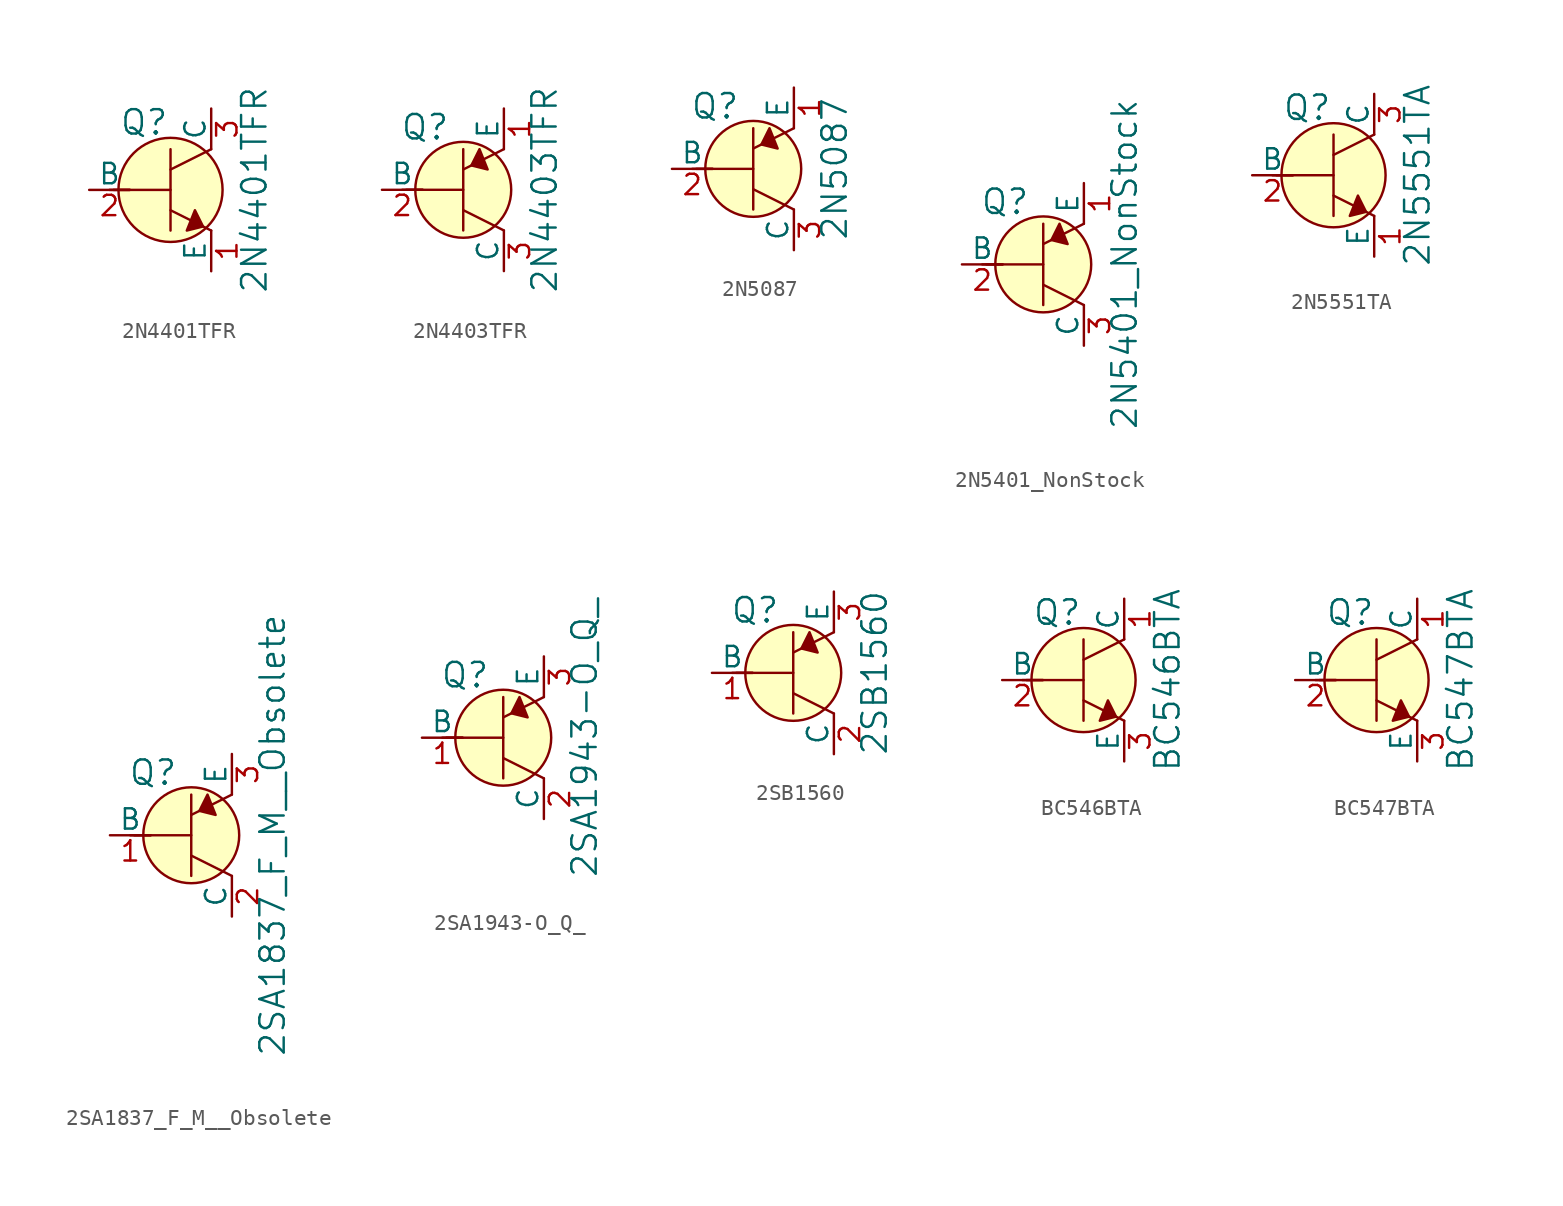
<source format=kicad_sym>
(kicad_symbol_lib
  (version 20211014)
  (generator kicad_symbol_editor)
  (symbol "2N4401TFR"
    (pin_names
      (offset 0))
    (property "Reference" "Q"
      (at -3.2 4.216 0)
      (effects (font (size 1.524 1.524)) (justify left)))
    (property "Value" "2N4401TFR"
      (at 5.232 0 90)
      (effects (font (size 1.524 1.524))))
    (symbol "2N4401TFR_0_1"
      (polyline (pts (xy -3.81 0) (xy -2.54 0)) (stroke (width 0) (type default) (color 0 0 0 0)) (fill (type none)))
      (polyline (pts (xy -3.556 0) (xy 0 0)) (stroke (width 0) (type default) (color 0 0 0 0)) (fill (type none)))
      (polyline (pts (xy 0 -1.27) (xy 2.54 -2.54)) (stroke (width 0) (type default) (color 0 0 0 0)) (fill (type none)))
      (polyline (pts (xy 0 1.27) (xy 2.54 2.54)) (stroke (width 0) (type default) (color 0 0 0 0)) (fill (type none)))
      (polyline (pts (xy 0 2.54) (xy 0 -2.54)) (stroke (width 0) (type default) (color 0 0 0 0)) (fill (type none)))
      (polyline (pts (xy 1.524 -1.27) (xy 2.032 -2.286) (xy 1.016 -2.54) (xy 1.524 -1.27)) (stroke (width 0) (type default) (color 0 0 0 0)) (fill (type outline)))
      (circle (center 0 0) (radius 3.251) (stroke (width 0) (type default) (color 0 0 0 0)) (fill (type background))))
    (symbol "2N4401TFR_1_1"
      (pin passive line (at 2.54 -5.08 90) (length 2.54) (name "E" (effects (font (size 1.27 1.27)))) (number "1" (effects (font (size 1.27 1.27)))))
      (pin input line (at -5.08 0 0) (length 2.54) (name "B" (effects (font (size 1.27 1.27)))) (number "2" (effects (font (size 1.27 1.27)))))
      (pin passive line (at 2.54 5.08 270) (length 2.54) (name "C" (effects (font (size 1.27 1.27)))) (number "3" (effects (font (size 1.27 1.27)))))))
  (symbol "2N4403TFR"
    (pin_names
      (offset 0))
    (property "Reference" "Q"
      (at -2.388 3.912 0)
      (effects (font (size 1.524 1.524))))
    (property "Value" "2N4403TFR"
      (at 5.08 0 90)
      (effects (font (size 1.524 1.524))))
    (symbol "2N4403TFR_0_1"
      (polyline (pts (xy -3.81 0) (xy -2.54 0)) (stroke (width 0) (type default) (color 0 0 0 0)) (fill (type none)))
      (polyline (pts (xy -3.556 0) (xy 0 0)) (stroke (width 0) (type default) (color 0 0 0 0)) (fill (type none)))
      (polyline (pts (xy 0 -1.27) (xy 2.54 -2.54)) (stroke (width 0) (type default) (color 0 0 0 0)) (fill (type none)))
      (polyline (pts (xy 0 1.27) (xy 2.54 2.54)) (stroke (width 0) (type default) (color 0 0 0 0)) (fill (type none)))
      (polyline (pts (xy 0 2.54) (xy 0 -2.54)) (stroke (width 0) (type default) (color 0 0 0 0)) (fill (type none)))
      (polyline (pts (xy 1.016 2.54) (xy 0.508 1.524) (xy 1.524 1.27) (xy 1.016 2.54)) (stroke (width 0) (type default) (color 0 0 0 0)) (fill (type outline)))
      (circle (center 0 0) (radius 2.997) (stroke (width 0) (type default) (color 0 0 0 0)) (fill (type background))))
    (symbol "2N4403TFR_1_1"
      (pin passive line (at 2.54 5.08 270) (length 2.54) (name "E" (effects (font (size 1.27 1.27)))) (number "1" (effects (font (size 1.27 1.27)))))
      (pin input line (at -5.08 0 0) (length 2.54) (name "B" (effects (font (size 1.27 1.27)))) (number "2" (effects (font (size 1.27 1.27)))))
      (pin passive line (at 2.54 -5.08 90) (length 2.54) (name "C" (effects (font (size 1.27 1.27)))) (number "3" (effects (font (size 1.27 1.27)))))))
  (symbol "2N5087"
    (pin_names
      (offset 0))
    (property "Reference" "Q"
      (at -2.388 3.912 0)
      (effects (font (size 1.524 1.524))))
    (property "Value" "2N5087"
      (at 5.08 0 90)
      (effects (font (size 1.524 1.524))))
    (symbol "2N5087_0_1"
      (polyline (pts (xy -3.81 0) (xy -2.54 0)) (stroke (width 0) (type default) (color 0 0 0 0)) (fill (type none)))
      (polyline (pts (xy -3.556 0) (xy 0 0)) (stroke (width 0) (type default) (color 0 0 0 0)) (fill (type none)))
      (polyline (pts (xy 0 -1.27) (xy 2.54 -2.54)) (stroke (width 0) (type default) (color 0 0 0 0)) (fill (type none)))
      (polyline (pts (xy 0 1.27) (xy 2.54 2.54)) (stroke (width 0) (type default) (color 0 0 0 0)) (fill (type none)))
      (polyline (pts (xy 0 2.54) (xy 0 -2.54)) (stroke (width 0) (type default) (color 0 0 0 0)) (fill (type none)))
      (polyline (pts (xy 1.016 2.54) (xy 0.508 1.524) (xy 1.524 1.27) (xy 1.016 2.54)) (stroke (width 0) (type default) (color 0 0 0 0)) (fill (type outline)))
      (circle (center 0 0) (radius 2.997) (stroke (width 0) (type default) (color 0 0 0 0)) (fill (type background))))
    (symbol "2N5087_1_1"
      (pin passive line (at 2.54 5.08 270) (length 2.54) (name "E" (effects (font (size 1.27 1.27)))) (number "1" (effects (font (size 1.27 1.27)))))
      (pin input line (at -5.08 0 0) (length 2.54) (name "B" (effects (font (size 1.27 1.27)))) (number "2" (effects (font (size 1.27 1.27)))))
      (pin passive line (at 2.54 -5.08 90) (length 2.54) (name "C" (effects (font (size 1.27 1.27)))) (number "3" (effects (font (size 1.27 1.27)))))))
  (symbol "2N5401_NonStock"
    (pin_names
      (offset 0))
    (property "Reference" "Q"
      (at -2.388 3.912 0)
      (effects (font (size 1.524 1.524))))
    (property "Value" "2N5401_NonStock"
      (at 5.08 0 90)
      (effects (font (size 1.524 1.524))))
    (symbol "2N5401_NonStock_0_1"
      (polyline (pts (xy -3.81 0) (xy -2.54 0)) (stroke (width 0) (type default) (color 0 0 0 0)) (fill (type none)))
      (polyline (pts (xy -3.556 0) (xy 0 0)) (stroke (width 0) (type default) (color 0 0 0 0)) (fill (type none)))
      (polyline (pts (xy 0 -1.27) (xy 2.54 -2.54)) (stroke (width 0) (type default) (color 0 0 0 0)) (fill (type none)))
      (polyline (pts (xy 0 1.27) (xy 2.54 2.54)) (stroke (width 0) (type default) (color 0 0 0 0)) (fill (type none)))
      (polyline (pts (xy 0 2.54) (xy 0 -2.54)) (stroke (width 0) (type default) (color 0 0 0 0)) (fill (type none)))
      (polyline (pts (xy 1.016 2.54) (xy 0.508 1.524) (xy 1.524 1.27) (xy 1.016 2.54)) (stroke (width 0) (type default) (color 0 0 0 0)) (fill (type outline)))
      (circle (center 0 0) (radius 2.997) (stroke (width 0) (type default) (color 0 0 0 0)) (fill (type background))))
    (symbol "2N5401_NonStock_1_1"
      (pin passive line (at 2.54 5.08 270) (length 2.54) (name "E" (effects (font (size 1.27 1.27)))) (number "1" (effects (font (size 1.27 1.27)))))
      (pin input line (at -5.08 0 0) (length 2.54) (name "B" (effects (font (size 1.27 1.27)))) (number "2" (effects (font (size 1.27 1.27)))))
      (pin passive line (at 2.54 -5.08 90) (length 2.54) (name "C" (effects (font (size 1.27 1.27)))) (number "3" (effects (font (size 1.27 1.27)))))))
  (symbol "2N5551TA"
    (pin_names
      (offset 0))
    (property "Reference" "Q"
      (at -3.2 4.216 0)
      (effects (font (size 1.524 1.524)) (justify left)))
    (property "Value" "2N5551TA"
      (at 5.232 0 90)
      (effects (font (size 1.524 1.524))))
    (symbol "2N5551TA_0_1"
      (polyline (pts (xy -3.81 0) (xy -2.54 0)) (stroke (width 0) (type default) (color 0 0 0 0)) (fill (type none)))
      (polyline (pts (xy -3.556 0) (xy 0 0)) (stroke (width 0) (type default) (color 0 0 0 0)) (fill (type none)))
      (polyline (pts (xy 0 -1.27) (xy 2.54 -2.54)) (stroke (width 0) (type default) (color 0 0 0 0)) (fill (type none)))
      (polyline (pts (xy 0 1.27) (xy 2.54 2.54)) (stroke (width 0) (type default) (color 0 0 0 0)) (fill (type none)))
      (polyline (pts (xy 0 2.54) (xy 0 -2.54)) (stroke (width 0) (type default) (color 0 0 0 0)) (fill (type none)))
      (polyline (pts (xy 1.524 -1.27) (xy 2.032 -2.286) (xy 1.016 -2.54) (xy 1.524 -1.27)) (stroke (width 0) (type default) (color 0 0 0 0)) (fill (type outline)))
      (circle (center 0 0) (radius 3.251) (stroke (width 0) (type default) (color 0 0 0 0)) (fill (type background))))
    (symbol "2N5551TA_1_1"
      (pin passive line (at 2.54 -5.08 90) (length 2.54) (name "E" (effects (font (size 1.27 1.27)))) (number "1" (effects (font (size 1.27 1.27)))))
      (pin input line (at -5.08 0 0) (length 2.54) (name "B" (effects (font (size 1.27 1.27)))) (number "2" (effects (font (size 1.27 1.27)))))
      (pin passive line (at 2.54 5.08 270) (length 2.54) (name "C" (effects (font (size 1.27 1.27)))) (number "3" (effects (font (size 1.27 1.27)))))))
  (symbol "2SA1837_F_M__Obsolete"
    (pin_names
      (offset 0))
    (property "Reference" "Q"
      (at -2.388 3.912 0)
      (effects (font (size 1.524 1.524))))
    (property "Value" "2SA1837_F_M__Obsolete"
      (at 5.08 0 90)
      (effects (font (size 1.524 1.524))))
    (symbol "2SA1837_F_M__Obsolete_0_1"
      (polyline (pts (xy -3.81 0) (xy -2.54 0)) (stroke (width 0) (type default) (color 0 0 0 0)) (fill (type none)))
      (polyline (pts (xy -3.556 0) (xy 0 0)) (stroke (width 0) (type default) (color 0 0 0 0)) (fill (type none)))
      (polyline (pts (xy 0 -1.27) (xy 2.54 -2.54)) (stroke (width 0) (type default) (color 0 0 0 0)) (fill (type none)))
      (polyline (pts (xy 0 1.27) (xy 2.54 2.54)) (stroke (width 0) (type default) (color 0 0 0 0)) (fill (type none)))
      (polyline (pts (xy 0 2.54) (xy 0 -2.54)) (stroke (width 0) (type default) (color 0 0 0 0)) (fill (type none)))
      (polyline (pts (xy 1.016 2.54) (xy 0.508 1.524) (xy 1.524 1.27) (xy 1.016 2.54)) (stroke (width 0) (type default) (color 0 0 0 0)) (fill (type outline)))
      (circle (center 0 0) (radius 2.997) (stroke (width 0) (type default) (color 0 0 0 0)) (fill (type background))))
    (symbol "2SA1837_F_M__Obsolete_1_1"
      (pin input line (at -5.08 0 0) (length 2.54) (name "B" (effects (font (size 1.27 1.27)))) (number "1" (effects (font (size 1.27 1.27)))))
      (pin passive line (at 2.54 -5.08 90) (length 2.54) (name "C" (effects (font (size 1.27 1.27)))) (number "2" (effects (font (size 1.27 1.27)))))
      (pin passive line (at 2.54 5.08 270) (length 2.54) (name "E" (effects (font (size 1.27 1.27)))) (number "3" (effects (font (size 1.27 1.27)))))))
  (symbol "2SA1943-O_Q_"
    (pin_names
      (offset 0))
    (property "Reference" "Q"
      (at -2.388 3.912 0)
      (effects (font (size 1.524 1.524))))
    (property "Value" "2SA1943-O_Q_"
      (at 5.08 0 90)
      (effects (font (size 1.524 1.524))))
    (symbol "2SA1943-O_Q__0_1"
      (polyline (pts (xy -3.81 0) (xy -2.54 0)) (stroke (width 0) (type default) (color 0 0 0 0)) (fill (type none)))
      (polyline (pts (xy -3.556 0) (xy 0 0)) (stroke (width 0) (type default) (color 0 0 0 0)) (fill (type none)))
      (polyline (pts (xy 0 -1.27) (xy 2.54 -2.54)) (stroke (width 0) (type default) (color 0 0 0 0)) (fill (type none)))
      (polyline (pts (xy 0 1.27) (xy 2.54 2.54)) (stroke (width 0) (type default) (color 0 0 0 0)) (fill (type none)))
      (polyline (pts (xy 0 2.54) (xy 0 -2.54)) (stroke (width 0) (type default) (color 0 0 0 0)) (fill (type none)))
      (polyline (pts (xy 1.016 2.54) (xy 0.508 1.524) (xy 1.524 1.27) (xy 1.016 2.54)) (stroke (width 0) (type default) (color 0 0 0 0)) (fill (type outline)))
      (circle (center 0 0) (radius 2.997) (stroke (width 0) (type default) (color 0 0 0 0)) (fill (type background))))
    (symbol "2SA1943-O_Q__1_1"
      (pin input line (at -5.08 0 0) (length 2.54) (name "B" (effects (font (size 1.27 1.27)))) (number "1" (effects (font (size 1.27 1.27)))))
      (pin passive line (at 2.54 -5.08 90) (length 2.54) (name "C" (effects (font (size 1.27 1.27)))) (number "2" (effects (font (size 1.27 1.27)))))
      (pin passive line (at 2.54 5.08 270) (length 2.54) (name "E" (effects (font (size 1.27 1.27)))) (number "3" (effects (font (size 1.27 1.27)))))))
  (symbol "2SB1560"
    (pin_names
      (offset 0))
    (property "Reference" "Q"
      (at -2.388 3.912 0)
      (effects (font (size 1.524 1.524))))
    (property "Value" "2SB1560"
      (at 5.08 0 90)
      (effects (font (size 1.524 1.524))))
    (symbol "2SB1560_0_1"
      (polyline (pts (xy -3.81 0) (xy -2.54 0)) (stroke (width 0) (type default) (color 0 0 0 0)) (fill (type none)))
      (polyline (pts (xy -3.556 0) (xy 0 0)) (stroke (width 0) (type default) (color 0 0 0 0)) (fill (type none)))
      (polyline (pts (xy 0 -1.27) (xy 2.54 -2.54)) (stroke (width 0) (type default) (color 0 0 0 0)) (fill (type none)))
      (polyline (pts (xy 0 1.27) (xy 2.54 2.54)) (stroke (width 0) (type default) (color 0 0 0 0)) (fill (type none)))
      (polyline (pts (xy 0 2.54) (xy 0 -2.54)) (stroke (width 0) (type default) (color 0 0 0 0)) (fill (type none)))
      (polyline (pts (xy 1.016 2.54) (xy 0.508 1.524) (xy 1.524 1.27) (xy 1.016 2.54)) (stroke (width 0) (type default) (color 0 0 0 0)) (fill (type outline)))
      (circle (center 0 0) (radius 2.997) (stroke (width 0) (type default) (color 0 0 0 0)) (fill (type background))))
    (symbol "2SB1560_1_1"
      (pin input line (at -5.08 0 0) (length 2.54) (name "B" (effects (font (size 1.27 1.27)))) (number "1" (effects (font (size 1.27 1.27)))))
      (pin passive line (at 2.54 -5.08 90) (length 2.54) (name "C" (effects (font (size 1.27 1.27)))) (number "2" (effects (font (size 1.27 1.27)))))
      (pin passive line (at 2.54 5.08 270) (length 2.54) (name "E" (effects (font (size 1.27 1.27)))) (number "3" (effects (font (size 1.27 1.27)))))))
  (symbol "BC546BTA"
    (pin_names
      (offset 0))
    (property "Reference" "Q"
      (at -3.2 4.216 0)
      (effects (font (size 1.524 1.524)) (justify left)))
    (property "Value" "BC546BTA"
      (at 5.232 0 90)
      (effects (font (size 1.524 1.524))))
    (symbol "BC546BTA_0_1"
      (polyline (pts (xy -3.81 0) (xy -2.54 0)) (stroke (width 0) (type default) (color 0 0 0 0)) (fill (type none)))
      (polyline (pts (xy -3.556 0) (xy 0 0)) (stroke (width 0) (type default) (color 0 0 0 0)) (fill (type none)))
      (polyline (pts (xy 0 -1.27) (xy 2.54 -2.54)) (stroke (width 0) (type default) (color 0 0 0 0)) (fill (type none)))
      (polyline (pts (xy 0 1.27) (xy 2.54 2.54)) (stroke (width 0) (type default) (color 0 0 0 0)) (fill (type none)))
      (polyline (pts (xy 0 2.54) (xy 0 -2.54)) (stroke (width 0) (type default) (color 0 0 0 0)) (fill (type none)))
      (polyline (pts (xy 1.524 -1.27) (xy 2.032 -2.286) (xy 1.016 -2.54) (xy 1.524 -1.27)) (stroke (width 0) (type default) (color 0 0 0 0)) (fill (type outline)))
      (circle (center 0 0) (radius 3.251) (stroke (width 0) (type default) (color 0 0 0 0)) (fill (type background))))
    (symbol "BC546BTA_1_1"
      (pin passive line (at 2.54 5.08 270) (length 2.54) (name "C" (effects (font (size 1.27 1.27)))) (number "1" (effects (font (size 1.27 1.27)))))
      (pin input line (at -5.08 0 0) (length 2.54) (name "B" (effects (font (size 1.27 1.27)))) (number "2" (effects (font (size 1.27 1.27)))))
      (pin passive line (at 2.54 -5.08 90) (length 2.54) (name "E" (effects (font (size 1.27 1.27)))) (number "3" (effects (font (size 1.27 1.27)))))))
  (symbol "BC547BTA"
    (pin_names
      (offset 0))
    (property "Reference" "Q"
      (at -3.2 4.216 0)
      (effects (font (size 1.524 1.524)) (justify left)))
    (property "Value" "BC547BTA"
      (at 5.232 0 90)
      (effects (font (size 1.524 1.524))))
    (symbol "BC547BTA_0_1"
      (polyline (pts (xy -3.81 0) (xy -2.54 0)) (stroke (width 0) (type default) (color 0 0 0 0)) (fill (type none)))
      (polyline (pts (xy -3.556 0) (xy 0 0)) (stroke (width 0) (type default) (color 0 0 0 0)) (fill (type none)))
      (polyline (pts (xy 0 -1.27) (xy 2.54 -2.54)) (stroke (width 0) (type default) (color 0 0 0 0)) (fill (type none)))
      (polyline (pts (xy 0 1.27) (xy 2.54 2.54)) (stroke (width 0) (type default) (color 0 0 0 0)) (fill (type none)))
      (polyline (pts (xy 0 2.54) (xy 0 -2.54)) (stroke (width 0) (type default) (color 0 0 0 0)) (fill (type none)))
      (polyline (pts (xy 1.524 -1.27) (xy 2.032 -2.286) (xy 1.016 -2.54) (xy 1.524 -1.27)) (stroke (width 0) (type default) (color 0 0 0 0)) (fill (type outline)))
      (circle (center 0 0) (radius 3.251) (stroke (width 0) (type default) (color 0 0 0 0)) (fill (type background))))
    (symbol "BC547BTA_1_1"
      (pin passive line (at 2.54 5.08 270) (length 2.54) (name "C" (effects (font (size 1.27 1.27)))) (number "1" (effects (font (size 1.27 1.27)))))
      (pin input line (at -5.08 0 0) (length 2.54) (name "B" (effects (font (size 1.27 1.27)))) (number "2" (effects (font (size 1.27 1.27)))))
      (pin passive line (at 2.54 -5.08 90) (length 2.54) (name "E" (effects (font (size 1.27 1.27)))) (number "3" (effects (font (size 1.27 1.27))))))))
</source>
